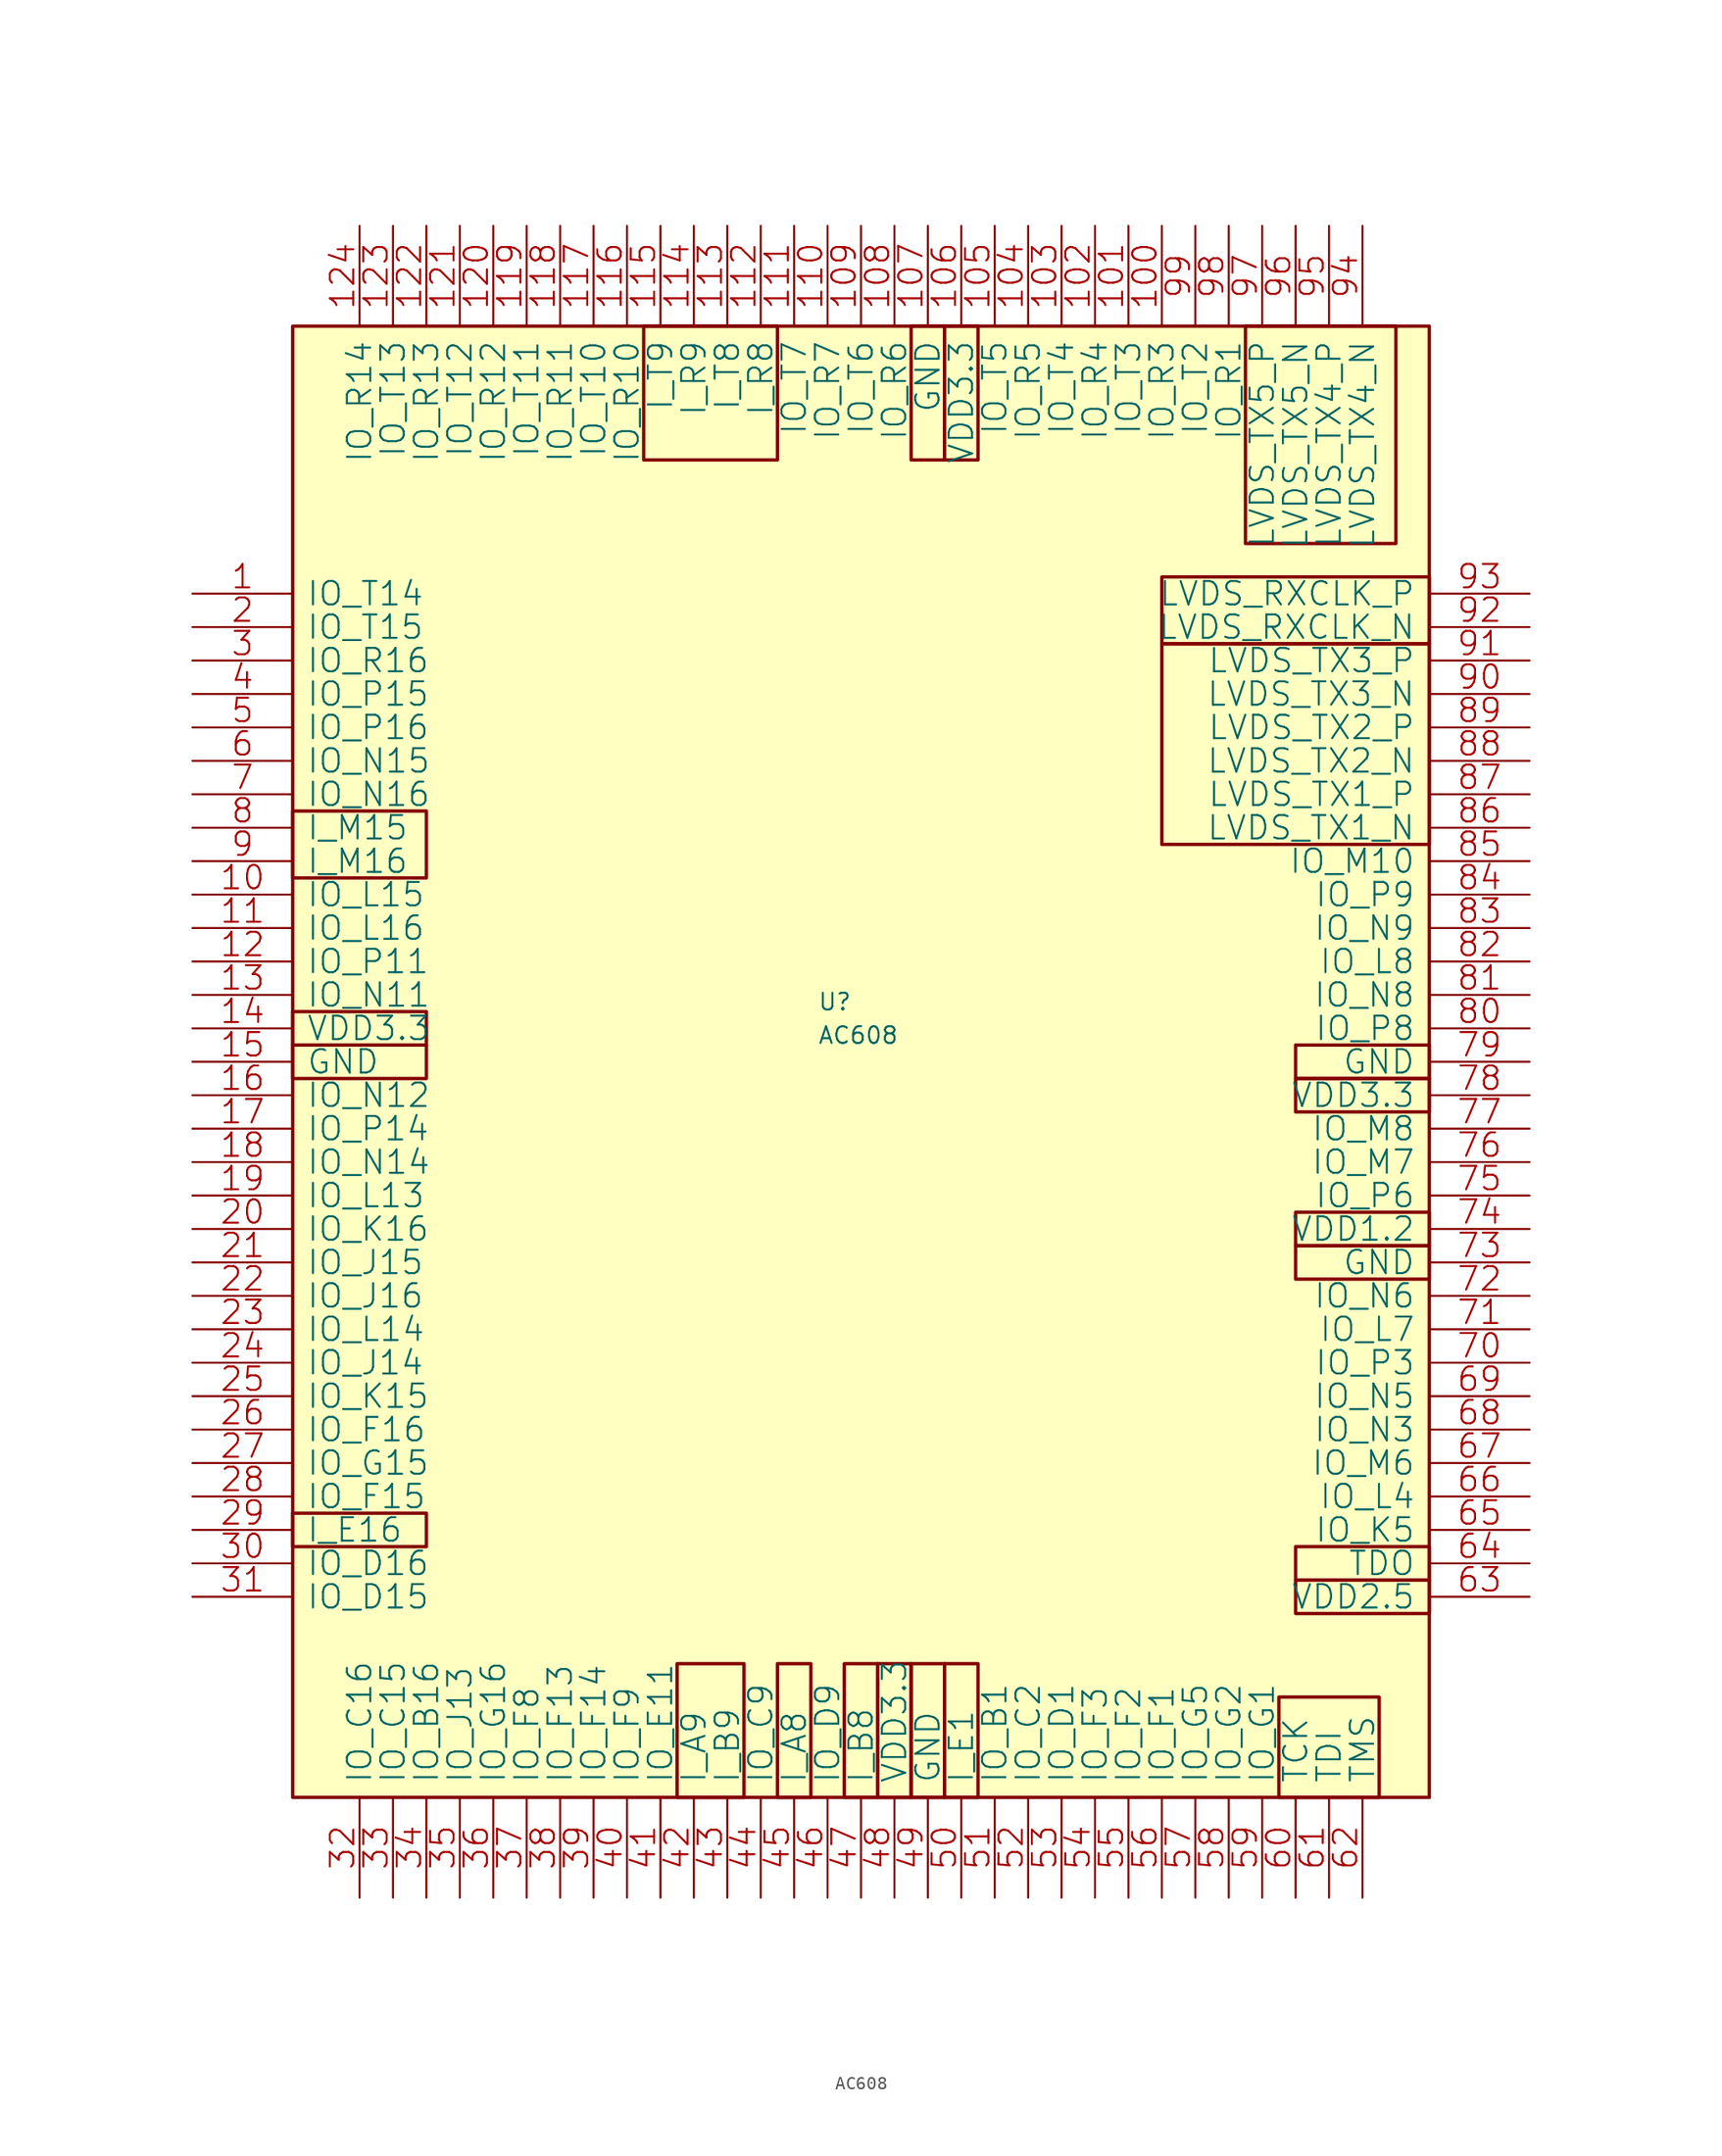
<source format=kicad_sym>
(kicad_symbol_lib
  (version 20211014)
  (generator kicad_symbol_editor)
  (symbol "AC608"
    (pin_names
      (offset 1.016))
    (property "Reference" "U"
      (at -4.572 1.27 0)
      (effects (font (size 1.27 1.27)) (justify left bottom)))
    (property "Value" "AC608"
      (at -4.572 -1.27 0)
      (effects (font (size 1.27 1.27)) (justify left bottom)))
    (property "Footprint" ""
      (at -44.45 38.1 0)
      (effects (font (size 1.27 1.27))))
    (property "Datasheet" ""
      (at -44.45 38.1 0)
      (effects (font (size 1.27 1.27))))
    (symbol "AC608_0_1"
      (rectangle (start -44.45 -58.42) (end 41.91 53.34) (stroke (width 0.254) (type default) (color 0 0 0 0)) (fill (type background)))
      (rectangle (start -44.45 -39.37) (end -34.29 -36.83) (stroke (width 0.254) (type default) (color 0 0 0 0)) (fill (type background)))
      (rectangle (start -44.45 -3.81) (end -34.29 -1.27) (stroke (width 0.254) (type default) (color 0 0 0 0)) (fill (type background)))
      (rectangle (start -44.45 -1.27) (end -34.29 1.27) (stroke (width 0.254) (type default) (color 0 0 0 0)) (fill (type background)))
      (rectangle (start -44.45 11.43) (end -34.29 16.51) (stroke (width 0.254) (type default) (color 0 0 0 0)) (fill (type background)))
      (rectangle (start -17.78 43.18) (end -7.62 53.34) (stroke (width 0.254) (type default) (color 0 0 0 0)) (fill (type background)))
      (rectangle (start -15.24 -58.42) (end -10.16 -48.26) (stroke (width 0.254) (type default) (color 0 0 0 0)) (fill (type background)))
      (rectangle (start -7.62 -58.42) (end -5.08 -48.26) (stroke (width 0.254) (type default) (color 0 0 0 0)) (fill (type background)))
      (rectangle (start -2.54 -58.42) (end 0 -48.26) (stroke (width 0.254) (type default) (color 0 0 0 0)) (fill (type background)))
      (rectangle (start 0 -58.42) (end 2.54 -48.26) (stroke (width 0.254) (type default) (color 0 0 0 0)) (fill (type background)))
      (rectangle (start 2.54 -58.42) (end 5.08 -48.26) (stroke (width 0.254) (type default) (color 0 0 0 0)) (fill (type background)))
      (rectangle (start 2.54 43.18) (end 5.08 53.34) (stroke (width 0.254) (type default) (color 0 0 0 0)) (fill (type background)))
      (rectangle (start 5.08 -58.42) (end 7.62 -48.26) (stroke (width 0.254) (type default) (color 0 0 0 0)) (fill (type background)))
      (rectangle (start 5.08 43.18) (end 7.62 53.34) (stroke (width 0.254) (type default) (color 0 0 0 0)) (fill (type background)))
      (rectangle (start 21.59 13.97) (end 41.91 29.21) (stroke (width 0.254) (type default) (color 0 0 0 0)) (fill (type background)))
      (rectangle (start 21.59 29.21) (end 41.91 34.29) (stroke (width 0.254) (type default) (color 0 0 0 0)) (fill (type background)))
      (rectangle (start 27.94 36.83) (end 39.37 53.34) (stroke (width 0.254) (type default) (color 0 0 0 0)) (fill (type background)))
      (rectangle (start 30.48 -58.42) (end 38.1 -50.8) (stroke (width 0.254) (type default) (color 0 0 0 0)) (fill (type background)))
      (rectangle (start 31.75 -44.45) (end 41.91 -41.91) (stroke (width 0.254) (type default) (color 0 0 0 0)) (fill (type background)))
      (rectangle (start 31.75 -41.91) (end 41.91 -39.37) (stroke (width 0.254) (type default) (color 0 0 0 0)) (fill (type background)))
      (rectangle (start 31.75 -19.05) (end 41.91 -16.51) (stroke (width 0.254) (type default) (color 0 0 0 0)) (fill (type background)))
      (rectangle (start 31.75 -16.51) (end 41.91 -13.97) (stroke (width 0.254) (type default) (color 0 0 0 0)) (fill (type background)))
      (rectangle (start 31.75 -6.35) (end 41.91 -3.81) (stroke (width 0.254) (type default) (color 0 0 0 0)) (fill (type background)))
      (rectangle (start 31.75 -3.81) (end 41.91 -1.27) (stroke (width 0.254) (type default) (color 0 0 0 0)) (fill (type background)))
      (pin bidirectional line (at -52.07 33.02 0) (length 7.62) (name "IO_T14" (effects (font (size 1.778 1.778)))) (number "1" (effects (font (size 1.778 1.778)))))
      (pin bidirectional line (at -52.07 10.16 0) (length 7.62) (name "IO_L15" (effects (font (size 1.778 1.778)))) (number "10" (effects (font (size 1.778 1.778)))))
      (pin bidirectional line (at 21.59 60.96 270) (length 7.62) (name "IO_R3" (effects (font (size 1.778 1.778)))) (number "100" (effects (font (size 1.778 1.778)))))
      (pin bidirectional line (at 19.05 60.96 270) (length 7.62) (name "IO_T3" (effects (font (size 1.778 1.778)))) (number "101" (effects (font (size 1.778 1.778)))))
      (pin bidirectional line (at 16.51 60.96 270) (length 7.62) (name "IO_R4" (effects (font (size 1.778 1.778)))) (number "102" (effects (font (size 1.778 1.778)))))
      (pin bidirectional line (at 13.97 60.96 270) (length 7.62) (name "IO_T4" (effects (font (size 1.778 1.778)))) (number "103" (effects (font (size 1.778 1.778)))))
      (pin bidirectional line (at 11.43 60.96 270) (length 7.62) (name "IO_R5" (effects (font (size 1.778 1.778)))) (number "104" (effects (font (size 1.778 1.778)))))
      (pin bidirectional line (at 8.89 60.96 270) (length 7.62) (name "IO_T5" (effects (font (size 1.778 1.778)))) (number "105" (effects (font (size 1.778 1.778)))))
      (pin power_in line (at 6.35 60.96 270) (length 7.62) (name "VDD3.3" (effects (font (size 1.778 1.778)))) (number "106" (effects (font (size 1.778 1.778)))))
      (pin power_in line (at 3.81 60.96 270) (length 7.62) (name "GND" (effects (font (size 1.778 1.778)))) (number "107" (effects (font (size 1.778 1.778)))))
      (pin bidirectional line (at 1.27 60.96 270) (length 7.62) (name "IO_R6" (effects (font (size 1.778 1.778)))) (number "108" (effects (font (size 1.778 1.778)))))
      (pin bidirectional line (at -1.27 60.96 270) (length 7.62) (name "IO_T6" (effects (font (size 1.778 1.778)))) (number "109" (effects (font (size 1.778 1.778)))))
      (pin bidirectional line (at -52.07 7.62 0) (length 7.62) (name "IO_L16" (effects (font (size 1.778 1.778)))) (number "11" (effects (font (size 1.778 1.778)))))
      (pin bidirectional line (at -3.81 60.96 270) (length 7.62) (name "IO_R7" (effects (font (size 1.778 1.778)))) (number "110" (effects (font (size 1.778 1.778)))))
      (pin bidirectional line (at -6.35 60.96 270) (length 7.62) (name "IO_T7" (effects (font (size 1.778 1.778)))) (number "111" (effects (font (size 1.778 1.778)))))
      (pin input line (at -8.89 60.96 270) (length 7.62) (name "I_R8" (effects (font (size 1.778 1.778)))) (number "112" (effects (font (size 1.778 1.778)))))
      (pin input line (at -11.43 60.96 270) (length 7.62) (name "I_T8" (effects (font (size 1.778 1.778)))) (number "113" (effects (font (size 1.778 1.778)))))
      (pin input line (at -13.97 60.96 270) (length 7.62) (name "I_R9" (effects (font (size 1.778 1.778)))) (number "114" (effects (font (size 1.778 1.778)))))
      (pin input line (at -16.51 60.96 270) (length 7.62) (name "I_T9" (effects (font (size 1.778 1.778)))) (number "115" (effects (font (size 1.778 1.778)))))
      (pin bidirectional line (at -19.05 60.96 270) (length 7.62) (name "IO_R10" (effects (font (size 1.778 1.778)))) (number "116" (effects (font (size 1.778 1.778)))))
      (pin bidirectional line (at -21.59 60.96 270) (length 7.62) (name "IO_T10" (effects (font (size 1.778 1.778)))) (number "117" (effects (font (size 1.778 1.778)))))
      (pin bidirectional line (at -24.13 60.96 270) (length 7.62) (name "IO_R11" (effects (font (size 1.778 1.778)))) (number "118" (effects (font (size 1.778 1.778)))))
      (pin bidirectional line (at -26.67 60.96 270) (length 7.62) (name "IO_T11" (effects (font (size 1.778 1.778)))) (number "119" (effects (font (size 1.778 1.778)))))
      (pin bidirectional line (at -52.07 5.08 0) (length 7.62) (name "IO_P11" (effects (font (size 1.778 1.778)))) (number "12" (effects (font (size 1.778 1.778)))))
      (pin bidirectional line (at -29.21 60.96 270) (length 7.62) (name "IO_R12" (effects (font (size 1.778 1.778)))) (number "120" (effects (font (size 1.778 1.778)))))
      (pin bidirectional line (at -31.75 60.96 270) (length 7.62) (name "IO_T12" (effects (font (size 1.778 1.778)))) (number "121" (effects (font (size 1.778 1.778)))))
      (pin bidirectional line (at -34.29 60.96 270) (length 7.62) (name "IO_R13" (effects (font (size 1.778 1.778)))) (number "122" (effects (font (size 1.778 1.778)))))
      (pin bidirectional line (at -36.83 60.96 270) (length 7.62) (name "IO_T13" (effects (font (size 1.778 1.778)))) (number "123" (effects (font (size 1.778 1.778)))))
      (pin bidirectional line (at -39.37 60.96 270) (length 7.62) (name "IO_R14" (effects (font (size 1.778 1.778)))) (number "124" (effects (font (size 1.778 1.778)))))
      (pin bidirectional line (at -52.07 2.54 0) (length 7.62) (name "IO_N11" (effects (font (size 1.778 1.778)))) (number "13" (effects (font (size 1.778 1.778)))))
      (pin power_in line (at -52.07 0 0) (length 7.62) (name "VDD3.3" (effects (font (size 1.778 1.778)))) (number "14" (effects (font (size 1.778 1.778)))))
      (pin power_in line (at -52.07 -2.54 0) (length 7.62) (name "GND" (effects (font (size 1.778 1.778)))) (number "15" (effects (font (size 1.778 1.778)))))
      (pin bidirectional line (at -52.07 -5.08 0) (length 7.62) (name "IO_N12" (effects (font (size 1.778 1.778)))) (number "16" (effects (font (size 1.778 1.778)))))
      (pin bidirectional line (at -52.07 -7.62 0) (length 7.62) (name "IO_P14" (effects (font (size 1.778 1.778)))) (number "17" (effects (font (size 1.778 1.778)))))
      (pin bidirectional line (at -52.07 -10.16 0) (length 7.62) (name "IO_N14" (effects (font (size 1.778 1.778)))) (number "18" (effects (font (size 1.778 1.778)))))
      (pin bidirectional line (at -52.07 -12.7 0) (length 7.62) (name "IO_L13" (effects (font (size 1.778 1.778)))) (number "19" (effects (font (size 1.778 1.778)))))
      (pin bidirectional line (at -52.07 30.48 0) (length 7.62) (name "IO_T15" (effects (font (size 1.778 1.778)))) (number "2" (effects (font (size 1.778 1.778)))))
      (pin bidirectional line (at -52.07 -15.24 0) (length 7.62) (name "IO_K16" (effects (font (size 1.778 1.778)))) (number "20" (effects (font (size 1.778 1.778)))))
      (pin bidirectional line (at -52.07 -17.78 0) (length 7.62) (name "IO_J15" (effects (font (size 1.778 1.778)))) (number "21" (effects (font (size 1.778 1.778)))))
      (pin bidirectional line (at -52.07 -20.32 0) (length 7.62) (name "IO_J16" (effects (font (size 1.778 1.778)))) (number "22" (effects (font (size 1.778 1.778)))))
      (pin bidirectional line (at -52.07 -22.86 0) (length 7.62) (name "IO_L14" (effects (font (size 1.778 1.778)))) (number "23" (effects (font (size 1.778 1.778)))))
      (pin bidirectional line (at -52.07 -25.4 0) (length 7.62) (name "IO_J14" (effects (font (size 1.778 1.778)))) (number "24" (effects (font (size 1.778 1.778)))))
      (pin bidirectional line (at -52.07 -27.94 0) (length 7.62) (name "IO_K15" (effects (font (size 1.778 1.778)))) (number "25" (effects (font (size 1.778 1.778)))))
      (pin bidirectional line (at -52.07 -30.48 0) (length 7.62) (name "IO_F16" (effects (font (size 1.778 1.778)))) (number "26" (effects (font (size 1.778 1.778)))))
      (pin bidirectional line (at -52.07 -33.02 0) (length 7.62) (name "IO_G15" (effects (font (size 1.778 1.778)))) (number "27" (effects (font (size 1.778 1.778)))))
      (pin bidirectional line (at -52.07 -35.56 0) (length 7.62) (name "IO_F15" (effects (font (size 1.778 1.778)))) (number "28" (effects (font (size 1.778 1.778)))))
      (pin input line (at -52.07 -38.1 0) (length 7.62) (name "I_E16" (effects (font (size 1.778 1.778)))) (number "29" (effects (font (size 1.778 1.778)))))
      (pin bidirectional line (at -52.07 27.94 0) (length 7.62) (name "IO_R16" (effects (font (size 1.778 1.778)))) (number "3" (effects (font (size 1.778 1.778)))))
      (pin bidirectional line (at -52.07 -40.64 0) (length 7.62) (name "IO_D16" (effects (font (size 1.778 1.778)))) (number "30" (effects (font (size 1.778 1.778)))))
      (pin bidirectional line (at -52.07 -43.18 0) (length 7.62) (name "IO_D15" (effects (font (size 1.778 1.778)))) (number "31" (effects (font (size 1.778 1.778)))))
      (pin bidirectional line (at -39.37 -66.04 90) (length 7.62) (name "IO_C16" (effects (font (size 1.778 1.778)))) (number "32" (effects (font (size 1.778 1.778)))))
      (pin bidirectional line (at -36.83 -66.04 90) (length 7.62) (name "IO_C15" (effects (font (size 1.778 1.778)))) (number "33" (effects (font (size 1.778 1.778)))))
      (pin bidirectional line (at -34.29 -66.04 90) (length 7.62) (name "IO_B16" (effects (font (size 1.778 1.778)))) (number "34" (effects (font (size 1.778 1.778)))))
      (pin bidirectional line (at -31.75 -66.04 90) (length 7.62) (name "IO_J13" (effects (font (size 1.778 1.778)))) (number "35" (effects (font (size 1.778 1.778)))))
      (pin bidirectional line (at -29.21 -66.04 90) (length 7.62) (name "IO_G16" (effects (font (size 1.778 1.778)))) (number "36" (effects (font (size 1.778 1.778)))))
      (pin bidirectional line (at -26.67 -66.04 90) (length 7.62) (name "IO_F8" (effects (font (size 1.778 1.778)))) (number "37" (effects (font (size 1.778 1.778)))))
      (pin bidirectional line (at -24.13 -66.04 90) (length 7.62) (name "IO_F13" (effects (font (size 1.778 1.778)))) (number "38" (effects (font (size 1.778 1.778)))))
      (pin bidirectional line (at -21.59 -66.04 90) (length 7.62) (name "IO_F14" (effects (font (size 1.778 1.778)))) (number "39" (effects (font (size 1.778 1.778)))))
      (pin bidirectional line (at -52.07 25.4 0) (length 7.62) (name "IO_P15" (effects (font (size 1.778 1.778)))) (number "4" (effects (font (size 1.778 1.778)))))
      (pin bidirectional line (at -19.05 -66.04 90) (length 7.62) (name "IO_F9" (effects (font (size 1.778 1.778)))) (number "40" (effects (font (size 1.778 1.778)))))
      (pin bidirectional line (at -16.51 -66.04 90) (length 7.62) (name "IO_E11" (effects (font (size 1.778 1.778)))) (number "41" (effects (font (size 1.778 1.778)))))
      (pin input line (at -13.97 -66.04 90) (length 7.62) (name "I_A9" (effects (font (size 1.778 1.778)))) (number "42" (effects (font (size 1.778 1.778)))))
      (pin input line (at -11.43 -66.04 90) (length 7.62) (name "I_B9" (effects (font (size 1.778 1.778)))) (number "43" (effects (font (size 1.778 1.778)))))
      (pin bidirectional line (at -8.89 -66.04 90) (length 7.62) (name "IO_C9" (effects (font (size 1.778 1.778)))) (number "44" (effects (font (size 1.778 1.778)))))
      (pin input line (at -6.35 -66.04 90) (length 7.62) (name "I_A8" (effects (font (size 1.778 1.778)))) (number "45" (effects (font (size 1.778 1.778)))))
      (pin bidirectional line (at -3.81 -66.04 90) (length 7.62) (name "IO_D9" (effects (font (size 1.778 1.778)))) (number "46" (effects (font (size 1.778 1.778)))))
      (pin input line (at -1.27 -66.04 90) (length 7.62) (name "I_B8" (effects (font (size 1.778 1.778)))) (number "47" (effects (font (size 1.778 1.778)))))
      (pin power_in line (at 1.27 -66.04 90) (length 7.62) (name "VDD3.3" (effects (font (size 1.778 1.778)))) (number "48" (effects (font (size 1.778 1.778)))))
      (pin power_in line (at 3.81 -66.04 90) (length 7.62) (name "GND" (effects (font (size 1.778 1.778)))) (number "49" (effects (font (size 1.778 1.778)))))
      (pin bidirectional line (at -52.07 22.86 0) (length 7.62) (name "IO_P16" (effects (font (size 1.778 1.778)))) (number "5" (effects (font (size 1.778 1.778)))))
      (pin bidirectional line (at 6.35 -66.04 90) (length 7.62) (name "I_E1" (effects (font (size 1.778 1.778)))) (number "50" (effects (font (size 1.778 1.778)))))
      (pin bidirectional line (at 8.89 -66.04 90) (length 7.62) (name "IO_B1" (effects (font (size 1.778 1.778)))) (number "51" (effects (font (size 1.778 1.778)))))
      (pin bidirectional line (at 11.43 -66.04 90) (length 7.62) (name "IO_C2" (effects (font (size 1.778 1.778)))) (number "52" (effects (font (size 1.778 1.778)))))
      (pin bidirectional line (at 13.97 -66.04 90) (length 7.62) (name "IO_D1" (effects (font (size 1.778 1.778)))) (number "53" (effects (font (size 1.778 1.778)))))
      (pin bidirectional line (at 16.51 -66.04 90) (length 7.62) (name "IO_F3" (effects (font (size 1.778 1.778)))) (number "54" (effects (font (size 1.778 1.778)))))
      (pin bidirectional line (at 19.05 -66.04 90) (length 7.62) (name "IO_F2" (effects (font (size 1.778 1.778)))) (number "55" (effects (font (size 1.778 1.778)))))
      (pin bidirectional line (at 21.59 -66.04 90) (length 7.62) (name "IO_F1" (effects (font (size 1.778 1.778)))) (number "56" (effects (font (size 1.778 1.778)))))
      (pin bidirectional line (at 24.13 -66.04 90) (length 7.62) (name "IO_G5" (effects (font (size 1.778 1.778)))) (number "57" (effects (font (size 1.778 1.778)))))
      (pin bidirectional line (at 26.67 -66.04 90) (length 7.62) (name "IO_G2" (effects (font (size 1.778 1.778)))) (number "58" (effects (font (size 1.778 1.778)))))
      (pin bidirectional line (at 29.21 -66.04 90) (length 7.62) (name "IO_G1" (effects (font (size 1.778 1.778)))) (number "59" (effects (font (size 1.778 1.778)))))
      (pin bidirectional line (at -52.07 20.32 0) (length 7.62) (name "IO_N15" (effects (font (size 1.778 1.778)))) (number "6" (effects (font (size 1.778 1.778)))))
      (pin bidirectional line (at 31.75 -66.04 90) (length 7.62) (name "TCK" (effects (font (size 1.778 1.778)))) (number "60" (effects (font (size 1.778 1.778)))))
      (pin bidirectional line (at 34.29 -66.04 90) (length 7.62) (name "TDI" (effects (font (size 1.778 1.778)))) (number "61" (effects (font (size 1.778 1.778)))))
      (pin bidirectional line (at 36.83 -66.04 90) (length 7.62) (name "TMS" (effects (font (size 1.778 1.778)))) (number "62" (effects (font (size 1.778 1.778)))))
      (pin power_in line (at 49.53 -43.18 180) (length 7.62) (name "VDD2.5" (effects (font (size 1.778 1.778)))) (number "63" (effects (font (size 1.778 1.778)))))
      (pin bidirectional line (at 49.53 -40.64 180) (length 7.62) (name "TDO" (effects (font (size 1.778 1.778)))) (number "64" (effects (font (size 1.778 1.778)))))
      (pin bidirectional line (at 49.53 -38.1 180) (length 7.62) (name "IO_K5" (effects (font (size 1.778 1.778)))) (number "65" (effects (font (size 1.778 1.778)))))
      (pin bidirectional line (at 49.53 -35.56 180) (length 7.62) (name "IO_L4" (effects (font (size 1.778 1.778)))) (number "66" (effects (font (size 1.778 1.778)))))
      (pin bidirectional line (at 49.53 -33.02 180) (length 7.62) (name "IO_M6" (effects (font (size 1.778 1.778)))) (number "67" (effects (font (size 1.778 1.778)))))
      (pin bidirectional line (at 49.53 -30.48 180) (length 7.62) (name "IO_N3" (effects (font (size 1.778 1.778)))) (number "68" (effects (font (size 1.778 1.778)))))
      (pin bidirectional line (at 49.53 -27.94 180) (length 7.62) (name "IO_N5" (effects (font (size 1.778 1.778)))) (number "69" (effects (font (size 1.778 1.778)))))
      (pin bidirectional line (at -52.07 17.78 0) (length 7.62) (name "IO_N16" (effects (font (size 1.778 1.778)))) (number "7" (effects (font (size 1.778 1.778)))))
      (pin bidirectional line (at 49.53 -25.4 180) (length 7.62) (name "IO_P3" (effects (font (size 1.778 1.778)))) (number "70" (effects (font (size 1.778 1.778)))))
      (pin bidirectional line (at 49.53 -22.86 180) (length 7.62) (name "IO_L7" (effects (font (size 1.778 1.778)))) (number "71" (effects (font (size 1.778 1.778)))))
      (pin bidirectional line (at 49.53 -20.32 180) (length 7.62) (name "IO_N6" (effects (font (size 1.778 1.778)))) (number "72" (effects (font (size 1.778 1.778)))))
      (pin power_in line (at 49.53 -17.78 180) (length 7.62) (name "GND" (effects (font (size 1.778 1.778)))) (number "73" (effects (font (size 1.778 1.778)))))
      (pin power_in line (at 49.53 -15.24 180) (length 7.62) (name "VDD1.2" (effects (font (size 1.778 1.778)))) (number "74" (effects (font (size 1.778 1.778)))))
      (pin bidirectional line (at 49.53 -12.7 180) (length 7.62) (name "IO_P6" (effects (font (size 1.778 1.778)))) (number "75" (effects (font (size 1.778 1.778)))))
      (pin bidirectional line (at 49.53 -10.16 180) (length 7.62) (name "IO_M7" (effects (font (size 1.778 1.778)))) (number "76" (effects (font (size 1.778 1.778)))))
      (pin bidirectional line (at 49.53 -7.62 180) (length 7.62) (name "IO_M8" (effects (font (size 1.778 1.778)))) (number "77" (effects (font (size 1.778 1.778)))))
      (pin power_in line (at 49.53 -5.08 180) (length 7.62) (name "VDD3.3" (effects (font (size 1.778 1.778)))) (number "78" (effects (font (size 1.778 1.778)))))
      (pin power_in line (at 49.53 -2.54 180) (length 7.62) (name "GND" (effects (font (size 1.778 1.778)))) (number "79" (effects (font (size 1.778 1.778)))))
      (pin input line (at -52.07 15.24 0) (length 7.62) (name "I_M15" (effects (font (size 1.778 1.778)))) (number "8" (effects (font (size 1.778 1.778)))))
      (pin bidirectional line (at 49.53 0 180) (length 7.62) (name "IO_P8" (effects (font (size 1.778 1.778)))) (number "80" (effects (font (size 1.778 1.778)))))
      (pin bidirectional line (at 49.53 2.54 180) (length 7.62) (name "IO_N8" (effects (font (size 1.778 1.778)))) (number "81" (effects (font (size 1.778 1.778)))))
      (pin bidirectional line (at 49.53 5.08 180) (length 7.62) (name "IO_L8" (effects (font (size 1.778 1.778)))) (number "82" (effects (font (size 1.778 1.778)))))
      (pin bidirectional line (at 49.53 7.62 180) (length 7.62) (name "IO_N9" (effects (font (size 1.778 1.778)))) (number "83" (effects (font (size 1.778 1.778)))))
      (pin bidirectional line (at 49.53 10.16 180) (length 7.62) (name "IO_P9" (effects (font (size 1.778 1.778)))) (number "84" (effects (font (size 1.778 1.778)))))
      (pin bidirectional line (at 49.53 12.7 180) (length 7.62) (name "IO_M10" (effects (font (size 1.778 1.778)))) (number "85" (effects (font (size 1.778 1.778)))))
      (pin bidirectional line (at 49.53 15.24 180) (length 7.62) (name "LVDS_TX1_N" (effects (font (size 1.778 1.778)))) (number "86" (effects (font (size 1.778 1.778)))))
      (pin bidirectional line (at 49.53 17.78 180) (length 7.62) (name "LVDS_TX1_P" (effects (font (size 1.778 1.778)))) (number "87" (effects (font (size 1.778 1.778)))))
      (pin bidirectional line (at 49.53 20.32 180) (length 7.62) (name "LVDS_TX2_N" (effects (font (size 1.778 1.778)))) (number "88" (effects (font (size 1.778 1.778)))))
      (pin bidirectional line (at 49.53 22.86 180) (length 7.62) (name "LVDS_TX2_P" (effects (font (size 1.778 1.778)))) (number "89" (effects (font (size 1.778 1.778)))))
      (pin input line (at -52.07 12.7 0) (length 7.62) (name "I_M16" (effects (font (size 1.778 1.778)))) (number "9" (effects (font (size 1.778 1.778)))))
      (pin bidirectional line (at 49.53 25.4 180) (length 7.62) (name "LVDS_TX3_N" (effects (font (size 1.778 1.778)))) (number "90" (effects (font (size 1.778 1.778)))))
      (pin bidirectional line (at 49.53 27.94 180) (length 7.62) (name "LVDS_TX3_P" (effects (font (size 1.778 1.778)))) (number "91" (effects (font (size 1.778 1.778)))))
      (pin bidirectional line (at 49.53 30.48 180) (length 7.62) (name "LVDS_RXCLK_N" (effects (font (size 1.778 1.778)))) (number "92" (effects (font (size 1.778 1.778)))))
      (pin bidirectional line (at 49.53 33.02 180) (length 7.62) (name "LVDS_RXCLK_P" (effects (font (size 1.778 1.778)))) (number "93" (effects (font (size 1.778 1.778)))))
      (pin bidirectional line (at 36.83 60.96 270) (length 7.62) (name "LVDS_TX4_N" (effects (font (size 1.778 1.778)))) (number "94" (effects (font (size 1.778 1.778)))))
      (pin bidirectional line (at 34.29 60.96 270) (length 7.62) (name "LVDS_TX4_P" (effects (font (size 1.778 1.778)))) (number "95" (effects (font (size 1.778 1.778)))))
      (pin bidirectional line (at 31.75 60.96 270) (length 7.62) (name "LVDS_TX5_N" (effects (font (size 1.778 1.778)))) (number "96" (effects (font (size 1.778 1.778)))))
      (pin bidirectional line (at 29.21 60.96 270) (length 7.62) (name "LVDS_TX5_P" (effects (font (size 1.778 1.778)))) (number "97" (effects (font (size 1.778 1.778)))))
      (pin bidirectional line (at 26.67 60.96 270) (length 7.62) (name "IO_R1" (effects (font (size 1.778 1.778)))) (number "98" (effects (font (size 1.778 1.778)))))
      (pin bidirectional line (at 24.13 60.96 270) (length 7.62) (name "IO_T2" (effects (font (size 1.778 1.778)))) (number "99" (effects (font (size 1.778 1.778))))))))
</source>
